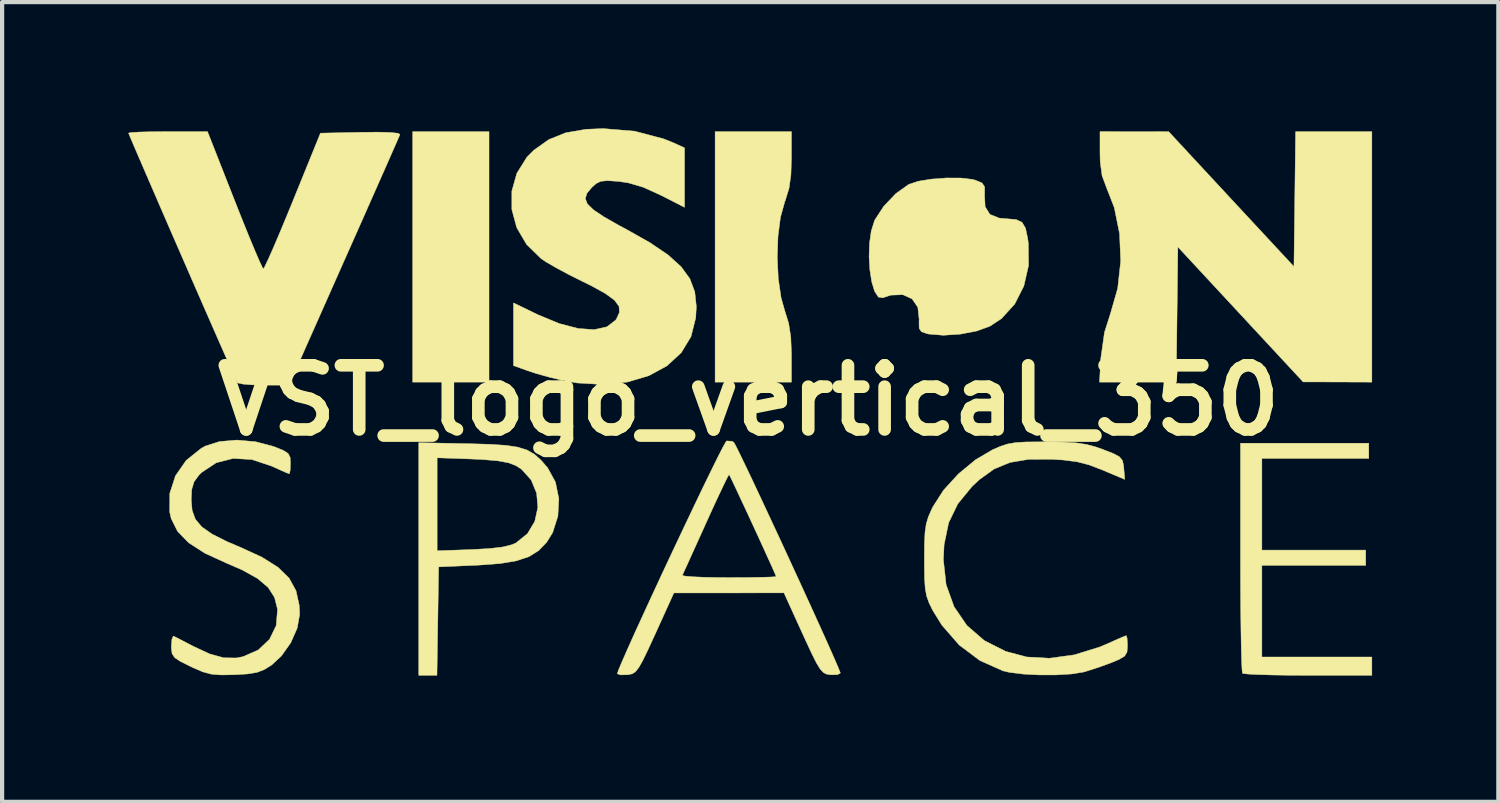
<source format=kicad_pcb>
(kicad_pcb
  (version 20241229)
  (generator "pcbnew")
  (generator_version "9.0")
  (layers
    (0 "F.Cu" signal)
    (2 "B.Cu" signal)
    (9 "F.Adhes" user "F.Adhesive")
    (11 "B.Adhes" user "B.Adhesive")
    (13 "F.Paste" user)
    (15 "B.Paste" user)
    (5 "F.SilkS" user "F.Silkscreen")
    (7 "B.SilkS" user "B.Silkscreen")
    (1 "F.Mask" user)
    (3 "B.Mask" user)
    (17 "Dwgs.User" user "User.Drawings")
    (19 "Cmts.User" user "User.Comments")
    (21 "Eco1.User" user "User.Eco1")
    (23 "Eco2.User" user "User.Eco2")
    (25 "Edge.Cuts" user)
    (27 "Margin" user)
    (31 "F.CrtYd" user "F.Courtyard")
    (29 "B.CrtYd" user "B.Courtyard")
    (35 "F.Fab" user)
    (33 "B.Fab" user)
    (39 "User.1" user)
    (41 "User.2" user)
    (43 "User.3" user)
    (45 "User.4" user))
  (footprint "VST_logo_vertical_350"
    (layer "F.Cu")
    (at 14.737 6.463)
    (property "Reference" "VST_logo_vertical_350" (at 0 0 0) (layer "F.SilkS") (effects (font (size 1.524 1.524) (thickness 0.3))))
    (attr through_hole)
    (fp_poly (pts (xy -6.169 -0.435) (xy -7.983 -0.435) (xy -7.983 -6.386) (xy -6.169 -6.386) (xy -6.169 -0.435)) (stroke (width 0.01) (type solid)) (fill yes) (layer "F.SilkS"))
    (fp_poly (pts (xy 1.016 -5.751) (xy 1.003 -5.356) (xy 0.96 -5.048) (xy 0.876 -4.77) (xy 0.856 -4.717) (xy 0.755 -4.353) (xy 0.696 -3.897) (xy 0.679 -3.395) (xy 0.703 -2.894) (xy 0.769 -2.442) (xy 0.853 -2.143) (xy 0.949 -1.835) (xy 1 -1.509) (xy 1.016 -1.106) (xy 1.016 -1.073) (xy 1.016 -0.435) (xy -0.798 -0.435) (xy -0.798 -6.386) (xy 1.016 -6.386) (xy 1.016 -5.751)) (stroke (width 0.01) (type solid)) (fill yes) (layer "F.SilkS"))
    (fp_poly (pts (xy 14.732 1.379) (xy 12.192 1.379) (xy 12.192 3.556) (xy 14.659 3.556) (xy 14.659 3.919) (xy 12.192 3.919) (xy 12.192 6.096) (xy 14.805 6.096) (xy 14.805 6.531) (xy 13.293 6.531) (xy 12.838 6.529) (xy 12.434 6.523) (xy 12.102 6.513) (xy 11.864 6.501) (xy 11.742 6.487) (xy 11.732 6.483) (xy 11.721 6.402) (xy 11.711 6.192) (xy 11.702 5.869) (xy 11.695 5.451) (xy 11.689 4.952) (xy 11.685 4.389) (xy 11.684 3.779) (xy 11.684 3.725) (xy 11.684 1.016) (xy 14.732 1.016) (xy 14.732 1.379)) (stroke (width 0.01) (type solid)) (fill yes) (layer "F.SilkS"))
    (fp_poly (pts (xy 14.805 -0.435) (xy 13.988 -0.438) (xy 13.172 -0.44) (xy 11.684 -2.043) (xy 10.196 -3.647) (xy 10.157 -0.435) (xy 8.335 -0.435) (xy 8.365 -0.998) (xy 8.453 -1.619) (xy 8.596 -2.068) (xy 8.767 -2.665) (xy 8.838 -3.309) (xy 8.811 -3.961) (xy 8.686 -4.58) (xy 8.492 -5.079) (xy 8.395 -5.341) (xy 8.351 -5.669) (xy 8.346 -5.875) (xy 8.346 -6.386) (xy 9.162 -6.385) (xy 9.979 -6.384) (xy 11.466 -4.781) (xy 12.954 -3.179) (xy 12.974 -4.782) (xy 12.993 -6.386) (xy 14.805 -6.386) (xy 14.805 -0.435)) (stroke (width 0.01) (type solid)) (fill yes) (layer "F.SilkS"))
    (fp_poly (pts (xy -6.658 1.028) (xy -6.155 1.042) (xy -5.771 1.067) (xy -5.482 1.111) (xy -5.262 1.18) (xy -5.085 1.283) (xy -4.927 1.427) (xy -4.775 1.604) (xy -4.591 1.94) (xy -4.51 2.335) (xy -4.533 2.749) (xy -4.657 3.14) (xy -4.801 3.372) (xy -4.989 3.567) (xy -5.22 3.711) (xy -5.519 3.811) (xy -5.909 3.876) (xy -6.417 3.913) (xy -6.459 3.915) (xy -7.366 3.955) (xy -7.386 5.243) (xy -7.406 6.531) (xy -7.838 6.531) (xy -7.838 3.572) (xy -7.402 3.572) (xy -6.586 3.543) (xy -6.156 3.519) (xy -5.845 3.482) (xy -5.626 3.428) (xy -5.53 3.386) (xy -5.256 3.166) (xy -5.082 2.874) (xy -5.009 2.542) (xy -5.038 2.204) (xy -5.167 1.89) (xy -5.397 1.635) (xy -5.53 1.549) (xy -5.706 1.482) (xy -5.96 1.435) (xy -6.317 1.404) (xy -6.586 1.392) (xy -7.402 1.363) (xy -7.402 3.572) (xy -7.838 3.572) (xy -7.838 1.004) (xy -6.658 1.028)) (stroke (width 0.01) (type solid)) (fill yes) (layer "F.SilkS"))
    (fp_poly (pts (xy 5.033 -5.284) (xy 5.31 -5.252) (xy 5.381 -5.234) (xy 5.543 -5.167) (xy 5.605 -5.075) (xy 5.605 -4.903) (xy 5.603 -4.88) (xy 5.618 -4.6) (xy 5.731 -4.42) (xy 5.953 -4.331) (xy 6.13 -4.316) (xy 6.354 -4.297) (xy 6.494 -4.232) (xy 6.577 -4.091) (xy 6.629 -3.844) (xy 6.644 -3.73) (xy 6.649 -3.206) (xy 6.537 -2.718) (xy 6.32 -2.29) (xy 6.007 -1.945) (xy 5.731 -1.763) (xy 5.416 -1.649) (xy 5.025 -1.574) (xy 4.624 -1.548) (xy 4.278 -1.577) (xy 4.245 -1.584) (xy 4.106 -1.63) (xy 4.05 -1.711) (xy 4.047 -1.877) (xy 4.05 -1.926) (xy 4.018 -2.213) (xy 3.881 -2.413) (xy 3.661 -2.512) (xy 3.375 -2.501) (xy 3.185 -2.438) (xy 3.08 -2.456) (xy 2.992 -2.591) (xy 2.924 -2.814) (xy 2.879 -3.098) (xy 2.86 -3.413) (xy 2.87 -3.732) (xy 2.912 -4.026) (xy 2.988 -4.268) (xy 2.998 -4.29) (xy 3.21 -4.615) (xy 3.496 -4.914) (xy 3.8 -5.131) (xy 3.806 -5.134) (xy 4.027 -5.207) (xy 4.34 -5.258) (xy 4.693 -5.285) (xy 5.033 -5.284)) (stroke (width 0.01) (type solid)) (fill yes) (layer "F.SilkS"))
    (fp_poly (pts (xy -12.216 -4.756) (xy -12.036 -4.302) (xy -11.872 -3.897) (xy -11.731 -3.558) (xy -11.622 -3.305) (xy -11.552 -3.156) (xy -11.531 -3.123) (xy -11.492 -3.187) (xy -11.408 -3.367) (xy -11.285 -3.645) (xy -11.133 -4.002) (xy -10.959 -4.421) (xy -10.83 -4.735) (xy -10.174 -6.35) (xy -9.217 -6.37) (xy -8.81 -6.374) (xy -8.511 -6.366) (xy -8.332 -6.347) (xy -8.285 -6.32) (xy -8.318 -6.241) (xy -8.405 -6.043) (xy -8.538 -5.74) (xy -8.712 -5.346) (xy -8.921 -4.874) (xy -9.158 -4.338) (xy -9.418 -3.752) (xy -9.616 -3.307) (xy -10.922 -0.363) (xy -11.516 -0.363) (xy -11.795 -0.37) (xy -12.014 -0.388) (xy -12.136 -0.414) (xy -12.148 -0.423) (xy -12.186 -0.503) (xy -12.273 -0.698) (xy -12.404 -0.993) (xy -12.57 -1.37) (xy -12.764 -1.812) (xy -12.98 -2.305) (xy -13.21 -2.831) (xy -13.446 -3.373) (xy -13.683 -3.916) (xy -13.912 -4.443) (xy -14.126 -4.938) (xy -14.319 -5.384) (xy -14.483 -5.764) (xy -14.612 -6.063) (xy -14.697 -6.264) (xy -14.732 -6.35) (xy -14.732 -6.352) (xy -14.664 -6.365) (xy -14.478 -6.376) (xy -14.201 -6.383) (xy -13.859 -6.386) (xy -13.795 -6.386) (xy -12.857 -6.386) (xy -12.216 -4.756)) (stroke (width 0.01) (type solid)) (fill yes) (layer "F.SilkS"))
    (fp_poly (pts (xy -2.709 -6.396) (xy -2.022 -6.215) (xy -1.796 -6.124) (xy -1.524 -6.001) (xy -1.524 -4.588) (xy -2.087 -4.875) (xy -2.503 -5.064) (xy -2.865 -5.17) (xy -3.097 -5.204) (xy -3.352 -5.221) (xy -3.512 -5.207) (xy -3.628 -5.15) (xy -3.73 -5.057) (xy -3.843 -4.921) (xy -3.881 -4.797) (xy -3.834 -4.67) (xy -3.691 -4.53) (xy -3.441 -4.362) (xy -3.073 -4.153) (xy -2.899 -4.06) (xy -2.344 -3.747) (xy -1.917 -3.458) (xy -1.606 -3.177) (xy -1.397 -2.89) (xy -1.281 -2.58) (xy -1.244 -2.233) (xy -1.258 -1.963) (xy -1.371 -1.515) (xy -1.604 -1.132) (xy -1.942 -0.821) (xy -2.372 -0.587) (xy -2.88 -0.437) (xy -3.453 -0.377) (xy -4.078 -0.415) (xy -4.426 -0.477) (xy -4.74 -0.553) (xy -5.057 -0.642) (xy -5.243 -0.703) (xy -5.588 -0.827) (xy -5.588 -2.317) (xy -5.007 -2.036) (xy -4.503 -1.827) (xy -4.052 -1.709) (xy -3.669 -1.682) (xy -3.367 -1.749) (xy -3.16 -1.909) (xy -3.144 -1.932) (xy -3.071 -2.091) (xy -3.081 -2.236) (xy -3.188 -2.381) (xy -3.403 -2.539) (xy -3.737 -2.723) (xy -3.934 -2.82) (xy -4.263 -2.984) (xy -4.57 -3.149) (xy -4.814 -3.29) (xy -4.933 -3.37) (xy -5.279 -3.709) (xy -5.511 -4.106) (xy -5.627 -4.536) (xy -5.627 -4.975) (xy -5.508 -5.397) (xy -5.27 -5.778) (xy -5.105 -5.945) (xy -4.751 -6.196) (xy -4.347 -6.359) (xy -3.863 -6.442) (xy -3.452 -6.458) (xy -2.709 -6.396)) (stroke (width 0.01) (type solid)) (fill yes) (layer "F.SilkS"))
    (fp_poly (pts (xy 7.076 0.984) (xy 7.481 0.991) (xy 7.783 1.009) (xy 8.025 1.046) (xy 8.247 1.105) (xy 8.418 1.166) (xy 8.667 1.263) (xy 8.81 1.341) (xy 8.88 1.427) (xy 8.907 1.55) (xy 8.912 1.61) (xy 8.934 1.876) (xy 8.404 1.653) (xy 8.089 1.532) (xy 7.798 1.457) (xy 7.47 1.415) (xy 7.185 1.397) (xy 6.647 1.4) (xy 6.207 1.474) (xy 5.829 1.63) (xy 5.479 1.882) (xy 5.308 2.042) (xy 4.969 2.455) (xy 4.751 2.905) (xy 4.643 3.422) (xy 4.625 3.782) (xy 4.69 4.376) (xy 4.879 4.901) (xy 5.184 5.347) (xy 5.596 5.704) (xy 6.105 5.962) (xy 6.605 6.095) (xy 7.146 6.125) (xy 7.737 6.044) (xy 8.342 5.857) (xy 8.542 5.772) (xy 8.758 5.675) (xy 8.914 5.608) (xy 8.971 5.588) (xy 8.99 5.652) (xy 8.999 5.808) (xy 8.999 5.834) (xy 8.988 5.978) (xy 8.933 6.073) (xy 8.8 6.153) (xy 8.618 6.229) (xy 8.34 6.331) (xy 8.063 6.421) (xy 7.947 6.455) (xy 7.672 6.499) (xy 7.309 6.521) (xy 6.907 6.522) (xy 6.518 6.501) (xy 6.191 6.46) (xy 6.042 6.425) (xy 5.493 6.18) (xy 5.002 5.812) (xy 4.588 5.337) (xy 4.372 4.987) (xy 4.285 4.81) (xy 4.228 4.65) (xy 4.194 4.469) (xy 4.178 4.23) (xy 4.173 3.894) (xy 4.173 3.774) (xy 4.176 3.401) (xy 4.189 3.134) (xy 4.218 2.933) (xy 4.27 2.761) (xy 4.351 2.578) (xy 4.373 2.532) (xy 4.628 2.134) (xy 4.982 1.746) (xy 5.392 1.408) (xy 5.787 1.175) (xy 5.979 1.091) (xy 6.151 1.035) (xy 6.341 1.002) (xy 6.587 0.987) (xy 6.926 0.984) (xy 7.076 0.984)) (stroke (width 0.01) (type solid)) (fill yes) (layer "F.SilkS"))
    (fp_poly (pts (xy -11.716 0.981) (xy -11.294 1.092) (xy -11.288 1.094) (xy -11.062 1.184) (xy -10.942 1.26) (xy -10.894 1.355) (xy -10.886 1.493) (xy -10.893 1.659) (xy -10.911 1.74) (xy -10.915 1.742) (xy -10.991 1.714) (xy -11.158 1.64) (xy -11.332 1.561) (xy -11.803 1.404) (xy -12.247 1.378) (xy -12.65 1.481) (xy -12.997 1.711) (xy -13.063 1.777) (xy -13.177 1.932) (xy -13.232 2.116) (xy -13.244 2.36) (xy -13.222 2.614) (xy -13.145 2.823) (xy -12.993 3.005) (xy -12.75 3.175) (xy -12.397 3.353) (xy -12.074 3.49) (xy -11.563 3.725) (xy -11.183 3.964) (xy -10.918 4.223) (xy -10.755 4.52) (xy -10.678 4.869) (xy -10.668 5.084) (xy -10.726 5.409) (xy -10.879 5.756) (xy -11.101 6.071) (xy -11.335 6.287) (xy -11.512 6.396) (xy -11.685 6.462) (xy -11.904 6.498) (xy -12.219 6.517) (xy -12.222 6.517) (xy -12.537 6.522) (xy -12.767 6.503) (xy -12.971 6.448) (xy -13.208 6.346) (xy -13.262 6.32) (xy -13.501 6.201) (xy -13.637 6.11) (xy -13.699 6.017) (xy -13.715 5.892) (xy -13.716 5.839) (xy -13.703 5.675) (xy -13.671 5.6) (xy -13.662 5.601) (xy -13.573 5.645) (xy -13.397 5.736) (xy -13.208 5.835) (xy -12.807 6.022) (xy -12.474 6.114) (xy -12.175 6.119) (xy -12.011 6.087) (xy -11.649 5.927) (xy -11.382 5.673) (xy -11.225 5.347) (xy -11.194 4.972) (xy -11.196 4.953) (xy -11.265 4.679) (xy -11.417 4.443) (xy -11.667 4.231) (xy -12.032 4.028) (xy -12.398 3.869) (xy -12.919 3.631) (xy -13.306 3.381) (xy -13.569 3.11) (xy -13.72 2.807) (xy -13.756 2.649) (xy -13.753 2.206) (xy -13.618 1.79) (xy -13.364 1.425) (xy -13.005 1.137) (xy -12.909 1.084) (xy -12.572 0.977) (xy -12.159 0.942) (xy -11.716 0.981)) (stroke (width 0.01) (type solid)) (fill yes) (layer "F.SilkS"))
    (fp_poly (pts (xy -0.391 0.971) (xy -0.352 0.998) (xy -0.307 1.077) (xy -0.211 1.271) (xy -0.07 1.563) (xy 0.107 1.935) (xy 0.311 2.37) (xy 0.536 2.852) (xy 0.774 3.363) (xy 1.015 3.886) (xy 1.254 4.405) (xy 1.481 4.901) (xy 1.689 5.359) (xy 1.87 5.76) (xy 2.016 6.089) (xy 2.119 6.327) (xy 2.172 6.458) (xy 2.177 6.476) (xy 2.114 6.514) (xy 1.962 6.519) (xy 1.946 6.518) (xy 1.852 6.503) (xy 1.774 6.464) (xy 1.697 6.38) (xy 1.608 6.233) (xy 1.491 5.999) (xy 1.334 5.66) (xy 1.276 5.534) (xy 0.838 4.572) (xy -0.47 4.573) (xy -1.778 4.574) (xy -2.214 5.535) (xy -2.386 5.909) (xy -2.513 6.172) (xy -2.609 6.343) (xy -2.688 6.444) (xy -2.764 6.494) (xy -2.852 6.514) (xy -2.886 6.518) (xy -3.045 6.52) (xy -3.12 6.494) (xy -3.121 6.491) (xy -3.091 6.401) (xy -3.006 6.198) (xy -2.875 5.9) (xy -2.706 5.523) (xy -2.505 5.085) (xy -2.282 4.601) (xy -2.075 4.155) (xy -1.577 4.155) (xy -1.519 4.173) (xy -1.339 4.189) (xy -1.061 4.201) (xy -0.71 4.208) (xy -0.476 4.209) (xy -0.09 4.208) (xy 0.24 4.203) (xy 0.488 4.197) (xy 0.629 4.189) (xy 0.653 4.183) (xy 0.624 4.113) (xy 0.546 3.936) (xy 0.429 3.679) (xy 0.287 3.367) (xy 0.13 3.026) (xy -0.03 2.68) (xy -0.181 2.357) (xy -0.31 2.08) (xy -0.407 1.876) (xy -0.46 1.769) (xy -0.465 1.76) (xy -0.5 1.817) (xy -0.583 1.985) (xy -0.707 2.245) (xy -0.86 2.575) (xy -1.017 2.921) (xy -1.19 3.304) (xy -1.343 3.641) (xy -1.465 3.911) (xy -1.547 4.09) (xy -1.577 4.155) (xy -2.075 4.155) (xy -2.044 4.088) (xy -1.798 3.564) (xy -1.553 3.046) (xy -1.317 2.549) (xy -1.098 2.091) (xy -0.902 1.689) (xy -0.74 1.36) (xy -0.617 1.119) (xy -0.542 0.985) (xy -0.525 0.962) (xy -0.391 0.971)) (stroke (width 0.01) (type solid)) (fill yes) (layer "F.SilkS")))
  (gr_rect
    (start -3 -3)
    (end 32.547 15.999)
    (stroke (width 0.1) (type default))
    (fill no)
    (layer "Edge.Cuts")))
</source>
